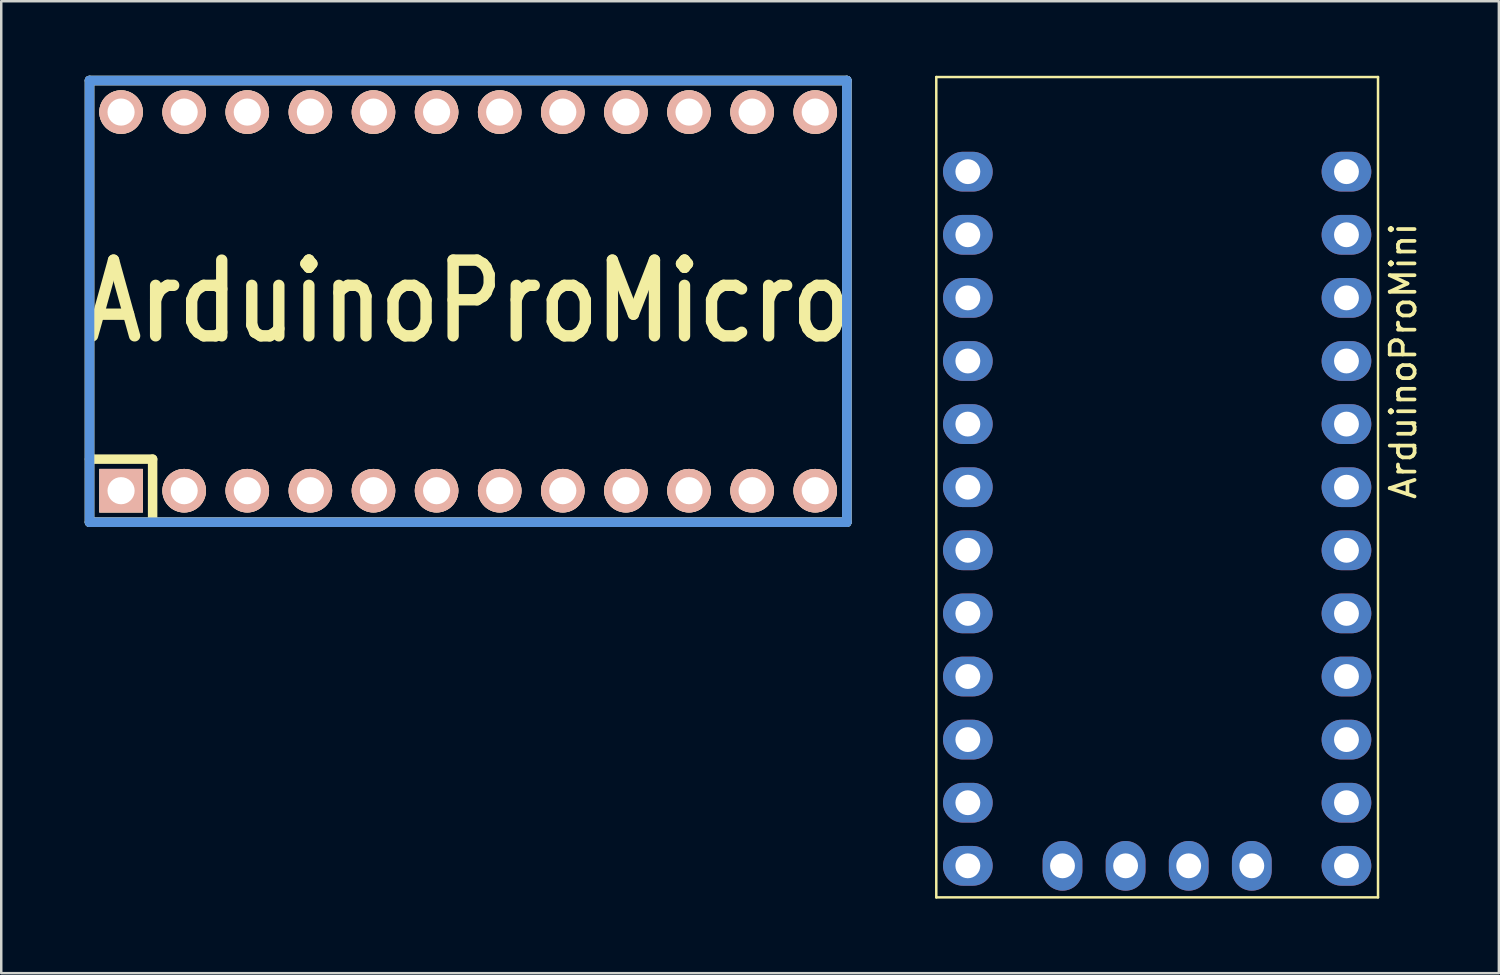
<source format=kicad_pcb>
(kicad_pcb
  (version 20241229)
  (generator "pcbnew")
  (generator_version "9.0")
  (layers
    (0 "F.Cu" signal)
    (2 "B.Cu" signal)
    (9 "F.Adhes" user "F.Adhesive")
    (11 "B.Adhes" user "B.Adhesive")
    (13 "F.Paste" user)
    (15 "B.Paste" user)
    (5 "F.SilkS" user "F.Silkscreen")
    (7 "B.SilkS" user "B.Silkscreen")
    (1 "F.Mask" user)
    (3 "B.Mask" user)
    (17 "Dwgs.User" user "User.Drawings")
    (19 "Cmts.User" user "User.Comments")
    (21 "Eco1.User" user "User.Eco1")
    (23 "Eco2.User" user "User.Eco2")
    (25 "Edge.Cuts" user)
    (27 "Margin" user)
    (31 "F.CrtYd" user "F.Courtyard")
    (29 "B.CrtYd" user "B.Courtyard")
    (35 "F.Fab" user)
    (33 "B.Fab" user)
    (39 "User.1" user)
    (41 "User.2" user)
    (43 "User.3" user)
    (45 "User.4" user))
  (footprint "ArduinoProMini"
    (layer "F.Cu")
    (at 43.526 17.83)
    (property "Reference" "ArduinoProMini" (at 9.906 -6.35 270) (layer "F.SilkS") (effects (font (size 1 1) (thickness 0.15))))
    (attr through_hole)
    (fp_line (start -8.89 -17.78) (end 8.89 -17.78) (stroke (width 0.1) (type solid)) (layer "F.SilkS"))
    (fp_line (start -8.89 15.24) (end -8.89 -17.78) (stroke (width 0.1) (type solid)) (layer "F.SilkS"))
    (fp_line (start 8.89 -17.78) (end 8.89 15.24) (stroke (width 0.1) (type solid)) (layer "F.SilkS"))
    (fp_line (start 8.89 15.24) (end -8.89 15.24) (stroke (width 0.1) (type solid)) (layer "F.SilkS"))
    (pad "1" thru_hole oval (at -7.62 -13.97) (size 2 1.6) (drill 1) (layers "*.Cu" "*.Mask"))
    (pad "2" thru_hole oval (at -7.62 -11.43) (size 2 1.6) (drill 1) (layers "*.Cu" "*.Mask"))
    (pad "3" thru_hole oval (at -7.62 -8.89) (size 2 1.6) (drill 1) (layers "*.Cu" "*.Mask"))
    (pad "4" thru_hole oval (at -7.62 -6.35) (size 2 1.6) (drill 1) (layers "*.Cu" "*.Mask"))
    (pad "5" thru_hole oval (at -7.62 -3.81) (size 2 1.6) (drill 1) (layers "*.Cu" "*.Mask"))
    (pad "6" thru_hole oval (at -7.62 -1.27) (size 2 1.6) (drill 1) (layers "*.Cu" "*.Mask"))
    (pad "7" thru_hole oval (at -7.62 1.27) (size 2 1.6) (drill 1) (layers "*.Cu" "*.Mask"))
    (pad "8" thru_hole oval (at -7.62 3.81) (size 2 1.6) (drill 1) (layers "*.Cu" "*.Mask"))
    (pad "9" thru_hole oval (at -7.62 6.35) (size 2 1.6) (drill 1) (layers "*.Cu" "*.Mask"))
    (pad "10" thru_hole oval (at -7.62 8.89) (size 2 1.6) (drill 1) (layers "*.Cu" "*.Mask"))
    (pad "11" thru_hole oval (at -7.62 11.43) (size 2 1.6) (drill 1) (layers "*.Cu" "*.Mask"))
    (pad "12" thru_hole oval (at -7.62 13.97) (size 2 1.6) (drill 1) (layers "*.Cu" "*.Mask"))
    (pad "13" thru_hole oval (at 7.62 13.97) (size 2 1.6) (drill 1) (layers "*.Cu" "*.Mask"))
    (pad "14" thru_hole oval (at 7.62 11.43) (size 2 1.6) (drill 1) (layers "*.Cu" "*.Mask"))
    (pad "15" thru_hole oval (at 7.62 8.89) (size 2 1.6) (drill 1) (layers "*.Cu" "*.Mask"))
    (pad "16" thru_hole oval (at 7.62 6.35) (size 2 1.6) (drill 1) (layers "*.Cu" "*.Mask"))
    (pad "17" thru_hole oval (at 7.62 3.81) (size 2 1.6) (drill 1) (layers "*.Cu" "*.Mask"))
    (pad "18" thru_hole oval (at 7.62 1.27) (size 2 1.6) (drill 1) (layers "*.Cu" "*.Mask"))
    (pad "19" thru_hole oval (at 7.62 -1.27) (size 2 1.6) (drill 1) (layers "*.Cu" "*.Mask"))
    (pad "20" thru_hole oval (at 7.62 -3.81) (size 2 1.6) (drill 1) (layers "*.Cu" "*.Mask"))
    (pad "21" thru_hole oval (at 7.62 -6.35) (size 2 1.6) (drill 1) (layers "*.Cu" "*.Mask"))
    (pad "22" thru_hole oval (at 7.62 -8.89) (size 2 1.6) (drill 1) (layers "*.Cu" "*.Mask"))
    (pad "23" thru_hole oval (at 7.62 -11.43) (size 2 1.6) (drill 1) (layers "*.Cu" "*.Mask"))
    (pad "24" thru_hole oval (at 7.62 -13.97) (size 2 1.6) (drill 1) (layers "*.Cu" "*.Mask"))
    (pad "25" thru_hole oval (at -3.81 13.97 90) (size 2 1.6) (drill 1) (layers "*.Cu" "*.Mask"))
    (pad "26" thru_hole oval (at -1.27 13.97 90) (size 2 1.6) (drill 1) (layers "*.Cu" "*.Mask"))
    (pad "27" thru_hole oval (at 1.27 13.97 90) (size 2 1.6) (drill 1) (layers "*.Cu" "*.Mask"))
    (pad "28" thru_hole oval (at 3.81 13.97 90) (size 2 1.6) (drill 1) (layers "*.Cu" "*.Mask")))
  (footprint "ArduinoProMicro"
    (layer "F.Cu")
    (at 15.793 9.081)
    (property "Reference" "ArduinoProMicro" (at 0 0 0) (layer "F.SilkS") (effects (font (size 3.048 2.54) (thickness 0.457))))
    (attr through_hole)
    (fp_line (start -15.24 -8.89) (end -15.24 8.89) (stroke (width 0.381) (type solid)) (layer "F.SilkS"))
    (fp_line (start -15.24 6.35) (end -12.7 6.35) (stroke (width 0.381) (type solid)) (layer "F.SilkS"))
    (fp_line (start -15.24 8.89) (end 15.24 8.89) (stroke (width 0.381) (type solid)) (layer "F.SilkS"))
    (fp_line (start -12.7 6.35) (end -12.7 8.89) (stroke (width 0.381) (type solid)) (layer "F.SilkS"))
    (fp_line (start 15.24 -8.89) (end -15.24 -8.89) (stroke (width 0.381) (type solid)) (layer "F.SilkS"))
    (fp_line (start 15.24 8.89) (end 15.24 -8.89) (stroke (width 0.381) (type solid)) (layer "F.SilkS"))
    (fp_line (start -15.24 -8.89) (end -15.24 8.89) (stroke (width 0.381) (type solid)) (layer "Dwgs.User"))
    (fp_line (start -15.24 8.89) (end 15.24 8.89) (stroke (width 0.381) (type solid)) (layer "Dwgs.User"))
    (fp_line (start 0 0) (end 0 0) (stroke (width 0.025) (type solid)) (layer "Dwgs.User"))
    (fp_line (start 15.24 -8.89) (end -15.24 -8.89) (stroke (width 0.381) (type solid)) (layer "Dwgs.User"))
    (fp_line (start 15.24 8.89) (end 15.24 -8.89) (stroke (width 0.381) (type solid)) (layer "Dwgs.User"))
    (fp_line (start -15.24 -8.89) (end -15.24 8.89) (stroke (width 0.381) (type solid)) (layer "Cmts.User"))
    (fp_line (start -15.24 8.89) (end 15.24 8.89) (stroke (width 0.381) (type solid)) (layer "Cmts.User"))
    (fp_line (start 15.24 -8.89) (end -15.24 -8.89) (stroke (width 0.381) (type solid)) (layer "Cmts.User"))
    (fp_line (start 15.24 8.89) (end 15.24 -8.89) (stroke (width 0.381) (type solid)) (layer "Cmts.User"))
    (pad "1" thru_hole rect (at -13.97 7.62) (size 1.753 1.753) (drill 1.092) (layers "*.Cu" "*.SilkS" "*.Mask"))
    (pad "2" thru_hole circle (at -11.43 7.62) (size 1.753 1.753) (drill 1.092) (layers "*.Cu" "*.SilkS" "*.Mask"))
    (pad "3" thru_hole circle (at -8.89 7.62) (size 1.753 1.753) (drill 1.092) (layers "*.Cu" "*.SilkS" "*.Mask"))
    (pad "4" thru_hole circle (at -6.35 7.62) (size 1.753 1.753) (drill 1.092) (layers "*.Cu" "*.SilkS" "*.Mask"))
    (pad "5" thru_hole circle (at -3.81 7.62) (size 1.753 1.753) (drill 1.092) (layers "*.Cu" "*.SilkS" "*.Mask"))
    (pad "6" thru_hole circle (at -1.27 7.62) (size 1.753 1.753) (drill 1.092) (layers "*.Cu" "*.SilkS" "*.Mask"))
    (pad "7" thru_hole circle (at 1.27 7.62) (size 1.753 1.753) (drill 1.092) (layers "*.Cu" "*.SilkS" "*.Mask"))
    (pad "8" thru_hole circle (at 3.81 7.62) (size 1.753 1.753) (drill 1.092) (layers "*.Cu" "*.SilkS" "*.Mask"))
    (pad "9" thru_hole circle (at 6.35 7.62) (size 1.753 1.753) (drill 1.092) (layers "*.Cu" "*.SilkS" "*.Mask"))
    (pad "10" thru_hole circle (at 8.89 7.62) (size 1.753 1.753) (drill 1.092) (layers "*.Cu" "*.SilkS" "*.Mask"))
    (pad "11" thru_hole circle (at 11.43 7.62) (size 1.753 1.753) (drill 1.092) (layers "*.Cu" "*.SilkS" "*.Mask"))
    (pad "12" thru_hole circle (at 13.97 7.62) (size 1.753 1.753) (drill 1.092) (layers "*.Cu" "*.SilkS" "*.Mask"))
    (pad "13" thru_hole circle (at 13.97 -7.62) (size 1.753 1.753) (drill 1.092) (layers "*.Cu" "*.SilkS" "*.Mask"))
    (pad "14" thru_hole circle (at 11.43 -7.62) (size 1.753 1.753) (drill 1.092) (layers "*.Cu" "*.SilkS" "*.Mask"))
    (pad "15" thru_hole circle (at 8.89 -7.62) (size 1.753 1.753) (drill 1.092) (layers "*.Cu" "*.SilkS" "*.Mask"))
    (pad "16" thru_hole circle (at 6.35 -7.62) (size 1.753 1.753) (drill 1.092) (layers "*.Cu" "*.SilkS" "*.Mask"))
    (pad "17" thru_hole circle (at 3.81 -7.62) (size 1.753 1.753) (drill 1.092) (layers "*.Cu" "*.SilkS" "*.Mask"))
    (pad "18" thru_hole circle (at 1.27 -7.62) (size 1.753 1.753) (drill 1.092) (layers "*.Cu" "*.SilkS" "*.Mask"))
    (pad "19" thru_hole circle (at -1.27 -7.62) (size 1.753 1.753) (drill 1.092) (layers "*.Cu" "*.SilkS" "*.Mask"))
    (pad "20" thru_hole circle (at -3.81 -7.62) (size 1.753 1.753) (drill 1.092) (layers "*.Cu" "*.SilkS" "*.Mask"))
    (pad "21" thru_hole circle (at -6.35 -7.62) (size 1.753 1.753) (drill 1.092) (layers "*.Cu" "*.SilkS" "*.Mask"))
    (pad "22" thru_hole circle (at -8.89 -7.62) (size 1.753 1.753) (drill 1.092) (layers "*.Cu" "*.SilkS" "*.Mask"))
    (pad "23" thru_hole circle (at -11.43 -7.62) (size 1.753 1.753) (drill 1.092) (layers "*.Cu" "*.SilkS" "*.Mask"))
    (pad "24" thru_hole circle (at -13.97 -7.62) (size 1.753 1.753) (drill 1.092) (layers "*.Cu" "*.SilkS" "*.Mask")))
  (gr_rect
    (start -3 -3)
    (end 57.28 36.12)
    (stroke (width 0.1) (type default))
    (fill no)
    (layer "Edge.Cuts")))
</source>
